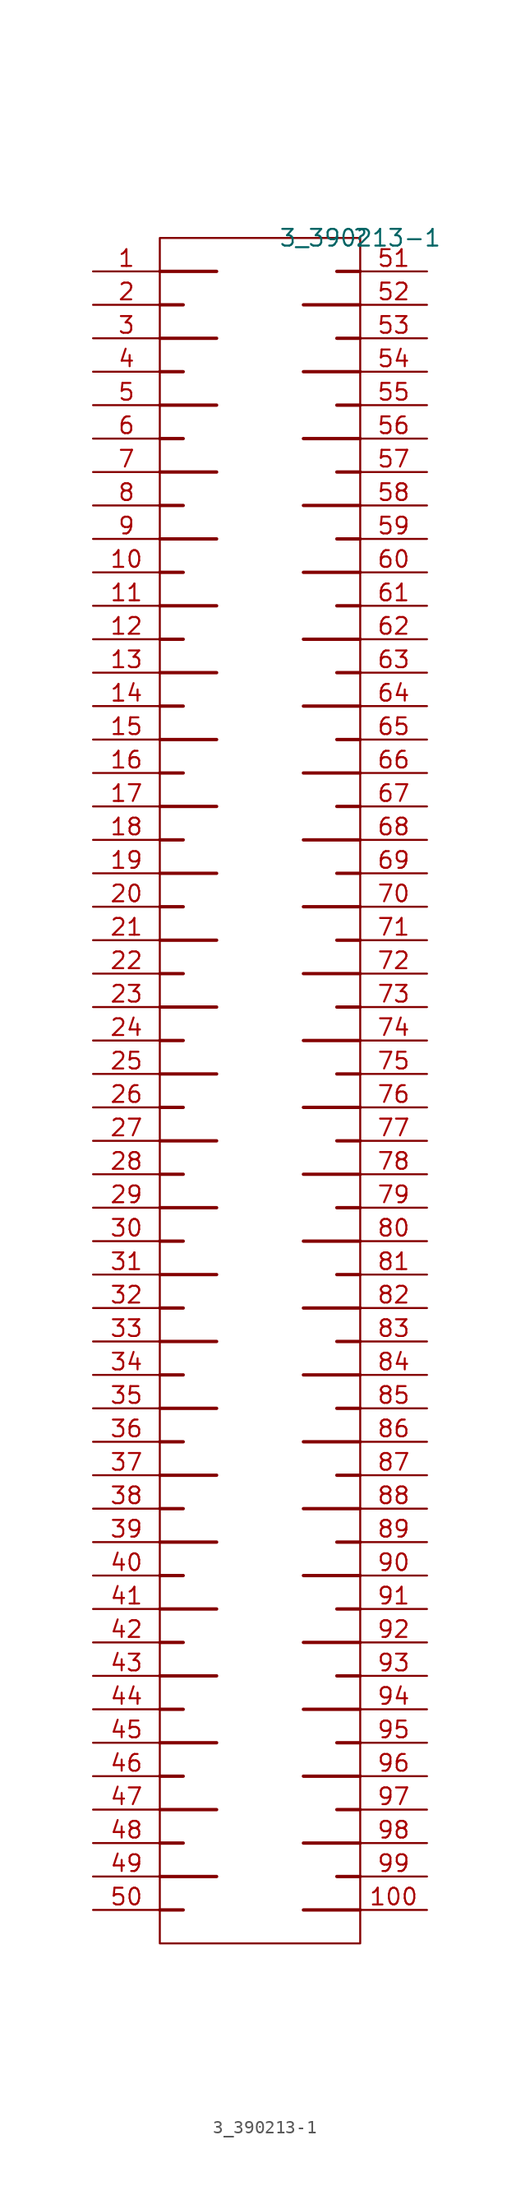
<source format=kicad_sym>
(kicad_symbol_lib
  (version 20211014)
  (generator kicad_symbol_editor)
  (symbol "3_390213-1"
    (property "Reference" ""
      (at 0 0 0)
      (effects (font (size 1.27 1.27))))
    (property "Value" "3_390213-1"
      (at 0 0 0)
      (effects (font (size 1.27 1.27))))
    (symbol "3_390213-1_1_0"
      (rectangle (start 0 0) (end -15.24 -129.54) (stroke (width 0) (type default) (color 0 0 0 0)) (fill (type none)))
      (polyline (pts (xy -15.24 -127) (xy -13.462 -127)) (stroke (width 0.254) (type default) (color 0 0 0 0)) (fill (type none)))
      (polyline (pts (xy -15.24 -124.46) (xy -10.922 -124.46)) (stroke (width 0.254) (type default) (color 0 0 0 0)) (fill (type none)))
      (polyline (pts (xy -15.24 -121.92) (xy -13.462 -121.92)) (stroke (width 0.254) (type default) (color 0 0 0 0)) (fill (type none)))
      (polyline (pts (xy -15.24 -119.38) (xy -10.922 -119.38)) (stroke (width 0.254) (type default) (color 0 0 0 0)) (fill (type none)))
      (polyline (pts (xy -15.24 -116.84) (xy -13.462 -116.84)) (stroke (width 0.254) (type default) (color 0 0 0 0)) (fill (type none)))
      (polyline (pts (xy -15.24 -114.3) (xy -10.922 -114.3)) (stroke (width 0.254) (type default) (color 0 0 0 0)) (fill (type none)))
      (polyline (pts (xy -15.24 -111.76) (xy -13.462 -111.76)) (stroke (width 0.254) (type default) (color 0 0 0 0)) (fill (type none)))
      (polyline (pts (xy -15.24 -109.22) (xy -10.922 -109.22)) (stroke (width 0.254) (type default) (color 0 0 0 0)) (fill (type none)))
      (polyline (pts (xy -15.24 -106.68) (xy -13.462 -106.68)) (stroke (width 0.254) (type default) (color 0 0 0 0)) (fill (type none)))
      (polyline (pts (xy -15.24 -104.14) (xy -10.922 -104.14)) (stroke (width 0.254) (type default) (color 0 0 0 0)) (fill (type none)))
      (polyline (pts (xy -15.24 -101.6) (xy -13.462 -101.6)) (stroke (width 0.254) (type default) (color 0 0 0 0)) (fill (type none)))
      (polyline (pts (xy -15.24 -99.06) (xy -10.922 -99.06)) (stroke (width 0.254) (type default) (color 0 0 0 0)) (fill (type none)))
      (polyline (pts (xy -15.24 -96.52) (xy -13.462 -96.52)) (stroke (width 0.254) (type default) (color 0 0 0 0)) (fill (type none)))
      (polyline (pts (xy -15.24 -93.98) (xy -10.922 -93.98)) (stroke (width 0.254) (type default) (color 0 0 0 0)) (fill (type none)))
      (polyline (pts (xy -15.24 -91.44) (xy -13.462 -91.44)) (stroke (width 0.254) (type default) (color 0 0 0 0)) (fill (type none)))
      (polyline (pts (xy -15.24 -88.9) (xy -10.922 -88.9)) (stroke (width 0.254) (type default) (color 0 0 0 0)) (fill (type none)))
      (polyline (pts (xy -15.24 -86.36) (xy -13.462 -86.36)) (stroke (width 0.254) (type default) (color 0 0 0 0)) (fill (type none)))
      (polyline (pts (xy -15.24 -83.82) (xy -10.922 -83.82)) (stroke (width 0.254) (type default) (color 0 0 0 0)) (fill (type none)))
      (polyline (pts (xy -15.24 -81.28) (xy -13.462 -81.28)) (stroke (width 0.254) (type default) (color 0 0 0 0)) (fill (type none)))
      (polyline (pts (xy -15.24 -78.74) (xy -10.922 -78.74)) (stroke (width 0.254) (type default) (color 0 0 0 0)) (fill (type none)))
      (polyline (pts (xy -15.24 -76.2) (xy -13.462 -76.2)) (stroke (width 0.254) (type default) (color 0 0 0 0)) (fill (type none)))
      (polyline (pts (xy -15.24 -73.66) (xy -10.922 -73.66)) (stroke (width 0.254) (type default) (color 0 0 0 0)) (fill (type none)))
      (polyline (pts (xy -15.24 -71.12) (xy -13.462 -71.12)) (stroke (width 0.254) (type default) (color 0 0 0 0)) (fill (type none)))
      (polyline (pts (xy -15.24 -68.58) (xy -10.922 -68.58)) (stroke (width 0.254) (type default) (color 0 0 0 0)) (fill (type none)))
      (polyline (pts (xy -15.24 -66.04) (xy -13.462 -66.04)) (stroke (width 0.254) (type default) (color 0 0 0 0)) (fill (type none)))
      (polyline (pts (xy -15.24 -63.5) (xy -10.922 -63.5)) (stroke (width 0.254) (type default) (color 0 0 0 0)) (fill (type none)))
      (polyline (pts (xy -15.24 -60.96) (xy -13.462 -60.96)) (stroke (width 0.254) (type default) (color 0 0 0 0)) (fill (type none)))
      (polyline (pts (xy -15.24 -58.42) (xy -10.922 -58.42)) (stroke (width 0.254) (type default) (color 0 0 0 0)) (fill (type none)))
      (polyline (pts (xy -15.24 -55.88) (xy -13.462 -55.88)) (stroke (width 0.254) (type default) (color 0 0 0 0)) (fill (type none)))
      (polyline (pts (xy -15.24 -53.34) (xy -10.922 -53.34)) (stroke (width 0.254) (type default) (color 0 0 0 0)) (fill (type none)))
      (polyline (pts (xy -15.24 -50.8) (xy -13.462 -50.8)) (stroke (width 0.254) (type default) (color 0 0 0 0)) (fill (type none)))
      (polyline (pts (xy -15.24 -48.26) (xy -10.922 -48.26)) (stroke (width 0.254) (type default) (color 0 0 0 0)) (fill (type none)))
      (polyline (pts (xy -15.24 -45.72) (xy -13.462 -45.72)) (stroke (width 0.254) (type default) (color 0 0 0 0)) (fill (type none)))
      (polyline (pts (xy -15.24 -43.18) (xy -10.922 -43.18)) (stroke (width 0.254) (type default) (color 0 0 0 0)) (fill (type none)))
      (polyline (pts (xy -15.24 -40.64) (xy -13.462 -40.64)) (stroke (width 0.254) (type default) (color 0 0 0 0)) (fill (type none)))
      (polyline (pts (xy -15.24 -38.1) (xy -10.922 -38.1)) (stroke (width 0.254) (type default) (color 0 0 0 0)) (fill (type none)))
      (polyline (pts (xy -15.24 -35.56) (xy -13.462 -35.56)) (stroke (width 0.254) (type default) (color 0 0 0 0)) (fill (type none)))
      (polyline (pts (xy -15.24 -33.02) (xy -10.922 -33.02)) (stroke (width 0.254) (type default) (color 0 0 0 0)) (fill (type none)))
      (polyline (pts (xy -15.24 -30.48) (xy -13.462 -30.48)) (stroke (width 0.254) (type default) (color 0 0 0 0)) (fill (type none)))
      (polyline (pts (xy -15.24 -27.94) (xy -10.922 -27.94)) (stroke (width 0.254) (type default) (color 0 0 0 0)) (fill (type none)))
      (polyline (pts (xy -15.24 -25.4) (xy -13.462 -25.4)) (stroke (width 0.254) (type default) (color 0 0 0 0)) (fill (type none)))
      (polyline (pts (xy -15.24 -22.86) (xy -10.922 -22.86)) (stroke (width 0.254) (type default) (color 0 0 0 0)) (fill (type none)))
      (polyline (pts (xy -15.24 -20.32) (xy -13.462 -20.32)) (stroke (width 0.254) (type default) (color 0 0 0 0)) (fill (type none)))
      (polyline (pts (xy -15.24 -17.78) (xy -10.922 -17.78)) (stroke (width 0.254) (type default) (color 0 0 0 0)) (fill (type none)))
      (polyline (pts (xy -15.24 -15.24) (xy -13.462 -15.24)) (stroke (width 0.254) (type default) (color 0 0 0 0)) (fill (type none)))
      (polyline (pts (xy -15.24 -12.7) (xy -10.922 -12.7)) (stroke (width 0.254) (type default) (color 0 0 0 0)) (fill (type none)))
      (polyline (pts (xy -15.24 -10.16) (xy -13.462 -10.16)) (stroke (width 0.254) (type default) (color 0 0 0 0)) (fill (type none)))
      (polyline (pts (xy -15.24 -7.62) (xy -10.922 -7.62)) (stroke (width 0.254) (type default) (color 0 0 0 0)) (fill (type none)))
      (polyline (pts (xy -15.24 -5.08) (xy -13.462 -5.08)) (stroke (width 0.254) (type default) (color 0 0 0 0)) (fill (type none)))
      (polyline (pts (xy -15.24 -2.54) (xy -10.922 -2.54)) (stroke (width 0.254) (type default) (color 0 0 0 0)) (fill (type none)))
      (polyline (pts (xy 0 -127) (xy -4.318 -127)) (stroke (width 0.254) (type default) (color 0 0 0 0)) (fill (type none)))
      (polyline (pts (xy 0 -124.46) (xy -1.778 -124.46)) (stroke (width 0.254) (type default) (color 0 0 0 0)) (fill (type none)))
      (polyline (pts (xy 0 -121.92) (xy -4.318 -121.92)) (stroke (width 0.254) (type default) (color 0 0 0 0)) (fill (type none)))
      (polyline (pts (xy 0 -119.38) (xy -1.778 -119.38)) (stroke (width 0.254) (type default) (color 0 0 0 0)) (fill (type none)))
      (polyline (pts (xy 0 -116.84) (xy -4.318 -116.84)) (stroke (width 0.254) (type default) (color 0 0 0 0)) (fill (type none)))
      (polyline (pts (xy 0 -114.3) (xy -1.778 -114.3)) (stroke (width 0.254) (type default) (color 0 0 0 0)) (fill (type none)))
      (polyline (pts (xy 0 -111.76) (xy -4.318 -111.76)) (stroke (width 0.254) (type default) (color 0 0 0 0)) (fill (type none)))
      (polyline (pts (xy 0 -109.22) (xy -1.778 -109.22)) (stroke (width 0.254) (type default) (color 0 0 0 0)) (fill (type none)))
      (polyline (pts (xy 0 -106.68) (xy -4.318 -106.68)) (stroke (width 0.254) (type default) (color 0 0 0 0)) (fill (type none)))
      (polyline (pts (xy 0 -104.14) (xy -1.778 -104.14)) (stroke (width 0.254) (type default) (color 0 0 0 0)) (fill (type none)))
      (polyline (pts (xy 0 -101.6) (xy -4.318 -101.6)) (stroke (width 0.254) (type default) (color 0 0 0 0)) (fill (type none)))
      (polyline (pts (xy 0 -99.06) (xy -1.778 -99.06)) (stroke (width 0.254) (type default) (color 0 0 0 0)) (fill (type none)))
      (polyline (pts (xy 0 -96.52) (xy -4.318 -96.52)) (stroke (width 0.254) (type default) (color 0 0 0 0)) (fill (type none)))
      (polyline (pts (xy 0 -93.98) (xy -1.778 -93.98)) (stroke (width 0.254) (type default) (color 0 0 0 0)) (fill (type none)))
      (polyline (pts (xy 0 -91.44) (xy -4.318 -91.44)) (stroke (width 0.254) (type default) (color 0 0 0 0)) (fill (type none)))
      (polyline (pts (xy 0 -88.9) (xy -1.778 -88.9)) (stroke (width 0.254) (type default) (color 0 0 0 0)) (fill (type none)))
      (polyline (pts (xy 0 -86.36) (xy -4.318 -86.36)) (stroke (width 0.254) (type default) (color 0 0 0 0)) (fill (type none)))
      (polyline (pts (xy 0 -83.82) (xy -1.778 -83.82)) (stroke (width 0.254) (type default) (color 0 0 0 0)) (fill (type none)))
      (polyline (pts (xy 0 -81.28) (xy -4.318 -81.28)) (stroke (width 0.254) (type default) (color 0 0 0 0)) (fill (type none)))
      (polyline (pts (xy 0 -78.74) (xy -1.778 -78.74)) (stroke (width 0.254) (type default) (color 0 0 0 0)) (fill (type none)))
      (polyline (pts (xy 0 -76.2) (xy -4.318 -76.2)) (stroke (width 0.254) (type default) (color 0 0 0 0)) (fill (type none)))
      (polyline (pts (xy 0 -73.66) (xy -1.778 -73.66)) (stroke (width 0.254) (type default) (color 0 0 0 0)) (fill (type none)))
      (polyline (pts (xy 0 -71.12) (xy -4.318 -71.12)) (stroke (width 0.254) (type default) (color 0 0 0 0)) (fill (type none)))
      (polyline (pts (xy 0 -68.58) (xy -1.778 -68.58)) (stroke (width 0.254) (type default) (color 0 0 0 0)) (fill (type none)))
      (polyline (pts (xy 0 -66.04) (xy -4.318 -66.04)) (stroke (width 0.254) (type default) (color 0 0 0 0)) (fill (type none)))
      (polyline (pts (xy 0 -63.5) (xy -1.778 -63.5)) (stroke (width 0.254) (type default) (color 0 0 0 0)) (fill (type none)))
      (polyline (pts (xy 0 -60.96) (xy -4.318 -60.96)) (stroke (width 0.254) (type default) (color 0 0 0 0)) (fill (type none)))
      (polyline (pts (xy 0 -58.42) (xy -1.778 -58.42)) (stroke (width 0.254) (type default) (color 0 0 0 0)) (fill (type none)))
      (polyline (pts (xy 0 -55.88) (xy -4.318 -55.88)) (stroke (width 0.254) (type default) (color 0 0 0 0)) (fill (type none)))
      (polyline (pts (xy 0 -53.34) (xy -1.778 -53.34)) (stroke (width 0.254) (type default) (color 0 0 0 0)) (fill (type none)))
      (polyline (pts (xy 0 -50.8) (xy -4.318 -50.8)) (stroke (width 0.254) (type default) (color 0 0 0 0)) (fill (type none)))
      (polyline (pts (xy 0 -48.26) (xy -1.778 -48.26)) (stroke (width 0.254) (type default) (color 0 0 0 0)) (fill (type none)))
      (polyline (pts (xy 0 -45.72) (xy -4.318 -45.72)) (stroke (width 0.254) (type default) (color 0 0 0 0)) (fill (type none)))
      (polyline (pts (xy 0 -43.18) (xy -1.778 -43.18)) (stroke (width 0.254) (type default) (color 0 0 0 0)) (fill (type none)))
      (polyline (pts (xy 0 -40.64) (xy -4.318 -40.64)) (stroke (width 0.254) (type default) (color 0 0 0 0)) (fill (type none)))
      (polyline (pts (xy 0 -38.1) (xy -1.778 -38.1)) (stroke (width 0.254) (type default) (color 0 0 0 0)) (fill (type none)))
      (polyline (pts (xy 0 -35.56) (xy -4.318 -35.56)) (stroke (width 0.254) (type default) (color 0 0 0 0)) (fill (type none)))
      (polyline (pts (xy 0 -33.02) (xy -1.778 -33.02)) (stroke (width 0.254) (type default) (color 0 0 0 0)) (fill (type none)))
      (polyline (pts (xy 0 -30.48) (xy -4.318 -30.48)) (stroke (width 0.254) (type default) (color 0 0 0 0)) (fill (type none)))
      (polyline (pts (xy 0 -27.94) (xy -1.778 -27.94)) (stroke (width 0.254) (type default) (color 0 0 0 0)) (fill (type none)))
      (polyline (pts (xy 0 -25.4) (xy -4.318 -25.4)) (stroke (width 0.254) (type default) (color 0 0 0 0)) (fill (type none)))
      (polyline (pts (xy 0 -22.86) (xy -1.778 -22.86)) (stroke (width 0.254) (type default) (color 0 0 0 0)) (fill (type none)))
      (polyline (pts (xy 0 -20.32) (xy -4.318 -20.32)) (stroke (width 0.254) (type default) (color 0 0 0 0)) (fill (type none)))
      (polyline (pts (xy 0 -17.78) (xy -1.778 -17.78)) (stroke (width 0.254) (type default) (color 0 0 0 0)) (fill (type none)))
      (polyline (pts (xy 0 -15.24) (xy -4.318 -15.24)) (stroke (width 0.254) (type default) (color 0 0 0 0)) (fill (type none)))
      (polyline (pts (xy 0 -12.7) (xy -1.778 -12.7)) (stroke (width 0.254) (type default) (color 0 0 0 0)) (fill (type none)))
      (polyline (pts (xy 0 -10.16) (xy -4.318 -10.16)) (stroke (width 0.254) (type default) (color 0 0 0 0)) (fill (type none)))
      (polyline (pts (xy 0 -7.62) (xy -1.778 -7.62)) (stroke (width 0.254) (type default) (color 0 0 0 0)) (fill (type none)))
      (polyline (pts (xy 0 -5.08) (xy -4.318 -5.08)) (stroke (width 0.254) (type default) (color 0 0 0 0)) (fill (type none)))
      (polyline (pts (xy 0 -2.54) (xy -1.778 -2.54)) (stroke (width 0.254) (type default) (color 0 0 0 0)) (fill (type none)))
      (pin passive line (at -20.32 -2.54 0) (length 5.08) (name "p1" (effects (font (size 0 0)))) (number "1" (effects (font (size 1.27 1.27)))))
      (pin passive line (at -20.32 -25.4 0) (length 5.08) (name "p10" (effects (font (size 0 0)))) (number "10" (effects (font (size 1.27 1.27)))))
      (pin passive line (at 5.08 -127 180) (length 5.08) (name "p100" (effects (font (size 0 0)))) (number "100" (effects (font (size 1.27 1.27)))))
      (pin passive line (at -20.32 -27.94 0) (length 5.08) (name "p11" (effects (font (size 0 0)))) (number "11" (effects (font (size 1.27 1.27)))))
      (pin passive line (at -20.32 -30.48 0) (length 5.08) (name "p12" (effects (font (size 0 0)))) (number "12" (effects (font (size 1.27 1.27)))))
      (pin passive line (at -20.32 -33.02 0) (length 5.08) (name "p13" (effects (font (size 0 0)))) (number "13" (effects (font (size 1.27 1.27)))))
      (pin passive line (at -20.32 -35.56 0) (length 5.08) (name "p14" (effects (font (size 0 0)))) (number "14" (effects (font (size 1.27 1.27)))))
      (pin passive line (at -20.32 -38.1 0) (length 5.08) (name "p15" (effects (font (size 0 0)))) (number "15" (effects (font (size 1.27 1.27)))))
      (pin passive line (at -20.32 -40.64 0) (length 5.08) (name "p16" (effects (font (size 0 0)))) (number "16" (effects (font (size 1.27 1.27)))))
      (pin passive line (at -20.32 -43.18 0) (length 5.08) (name "p17" (effects (font (size 0 0)))) (number "17" (effects (font (size 1.27 1.27)))))
      (pin passive line (at -20.32 -45.72 0) (length 5.08) (name "p18" (effects (font (size 0 0)))) (number "18" (effects (font (size 1.27 1.27)))))
      (pin passive line (at -20.32 -48.26 0) (length 5.08) (name "p19" (effects (font (size 0 0)))) (number "19" (effects (font (size 1.27 1.27)))))
      (pin passive line (at -20.32 -5.08 0) (length 5.08) (name "p2" (effects (font (size 0 0)))) (number "2" (effects (font (size 1.27 1.27)))))
      (pin passive line (at -20.32 -50.8 0) (length 5.08) (name "p20" (effects (font (size 0 0)))) (number "20" (effects (font (size 1.27 1.27)))))
      (pin passive line (at -20.32 -53.34 0) (length 5.08) (name "p21" (effects (font (size 0 0)))) (number "21" (effects (font (size 1.27 1.27)))))
      (pin passive line (at -20.32 -55.88 0) (length 5.08) (name "p22" (effects (font (size 0 0)))) (number "22" (effects (font (size 1.27 1.27)))))
      (pin passive line (at -20.32 -58.42 0) (length 5.08) (name "p23" (effects (font (size 0 0)))) (number "23" (effects (font (size 1.27 1.27)))))
      (pin passive line (at -20.32 -60.96 0) (length 5.08) (name "p24" (effects (font (size 0 0)))) (number "24" (effects (font (size 1.27 1.27)))))
      (pin passive line (at -20.32 -63.5 0) (length 5.08) (name "p25" (effects (font (size 0 0)))) (number "25" (effects (font (size 1.27 1.27)))))
      (pin passive line (at -20.32 -66.04 0) (length 5.08) (name "p26" (effects (font (size 0 0)))) (number "26" (effects (font (size 1.27 1.27)))))
      (pin passive line (at -20.32 -68.58 0) (length 5.08) (name "p27" (effects (font (size 0 0)))) (number "27" (effects (font (size 1.27 1.27)))))
      (pin passive line (at -20.32 -71.12 0) (length 5.08) (name "p28" (effects (font (size 0 0)))) (number "28" (effects (font (size 1.27 1.27)))))
      (pin passive line (at -20.32 -73.66 0) (length 5.08) (name "p29" (effects (font (size 0 0)))) (number "29" (effects (font (size 1.27 1.27)))))
      (pin passive line (at -20.32 -7.62 0) (length 5.08) (name "p3" (effects (font (size 0 0)))) (number "3" (effects (font (size 1.27 1.27)))))
      (pin passive line (at -20.32 -76.2 0) (length 5.08) (name "p30" (effects (font (size 0 0)))) (number "30" (effects (font (size 1.27 1.27)))))
      (pin passive line (at -20.32 -78.74 0) (length 5.08) (name "p31" (effects (font (size 0 0)))) (number "31" (effects (font (size 1.27 1.27)))))
      (pin passive line (at -20.32 -81.28 0) (length 5.08) (name "p32" (effects (font (size 0 0)))) (number "32" (effects (font (size 1.27 1.27)))))
      (pin passive line (at -20.32 -83.82 0) (length 5.08) (name "p33" (effects (font (size 0 0)))) (number "33" (effects (font (size 1.27 1.27)))))
      (pin passive line (at -20.32 -86.36 0) (length 5.08) (name "p34" (effects (font (size 0 0)))) (number "34" (effects (font (size 1.27 1.27)))))
      (pin passive line (at -20.32 -88.9 0) (length 5.08) (name "p35" (effects (font (size 0 0)))) (number "35" (effects (font (size 1.27 1.27)))))
      (pin passive line (at -20.32 -91.44 0) (length 5.08) (name "p36" (effects (font (size 0 0)))) (number "36" (effects (font (size 1.27 1.27)))))
      (pin passive line (at -20.32 -93.98 0) (length 5.08) (name "p37" (effects (font (size 0 0)))) (number "37" (effects (font (size 1.27 1.27)))))
      (pin passive line (at -20.32 -96.52 0) (length 5.08) (name "p38" (effects (font (size 0 0)))) (number "38" (effects (font (size 1.27 1.27)))))
      (pin passive line (at -20.32 -99.06 0) (length 5.08) (name "p39" (effects (font (size 0 0)))) (number "39" (effects (font (size 1.27 1.27)))))
      (pin passive line (at -20.32 -10.16 0) (length 5.08) (name "p4" (effects (font (size 0 0)))) (number "4" (effects (font (size 1.27 1.27)))))
      (pin passive line (at -20.32 -101.6 0) (length 5.08) (name "p40" (effects (font (size 0 0)))) (number "40" (effects (font (size 1.27 1.27)))))
      (pin passive line (at -20.32 -104.14 0) (length 5.08) (name "p41" (effects (font (size 0 0)))) (number "41" (effects (font (size 1.27 1.27)))))
      (pin passive line (at -20.32 -106.68 0) (length 5.08) (name "p42" (effects (font (size 0 0)))) (number "42" (effects (font (size 1.27 1.27)))))
      (pin passive line (at -20.32 -109.22 0) (length 5.08) (name "p43" (effects (font (size 0 0)))) (number "43" (effects (font (size 1.27 1.27)))))
      (pin passive line (at -20.32 -111.76 0) (length 5.08) (name "p44" (effects (font (size 0 0)))) (number "44" (effects (font (size 1.27 1.27)))))
      (pin passive line (at -20.32 -114.3 0) (length 5.08) (name "p45" (effects (font (size 0 0)))) (number "45" (effects (font (size 1.27 1.27)))))
      (pin passive line (at -20.32 -116.84 0) (length 5.08) (name "p46" (effects (font (size 0 0)))) (number "46" (effects (font (size 1.27 1.27)))))
      (pin passive line (at -20.32 -119.38 0) (length 5.08) (name "p47" (effects (font (size 0 0)))) (number "47" (effects (font (size 1.27 1.27)))))
      (pin passive line (at -20.32 -121.92 0) (length 5.08) (name "p48" (effects (font (size 0 0)))) (number "48" (effects (font (size 1.27 1.27)))))
      (pin passive line (at -20.32 -124.46 0) (length 5.08) (name "p49" (effects (font (size 0 0)))) (number "49" (effects (font (size 1.27 1.27)))))
      (pin passive line (at -20.32 -12.7 0) (length 5.08) (name "p5" (effects (font (size 0 0)))) (number "5" (effects (font (size 1.27 1.27)))))
      (pin passive line (at -20.32 -127 0) (length 5.08) (name "p50" (effects (font (size 0 0)))) (number "50" (effects (font (size 1.27 1.27)))))
      (pin passive line (at 5.08 -2.54 180) (length 5.08) (name "p51" (effects (font (size 0 0)))) (number "51" (effects (font (size 1.27 1.27)))))
      (pin passive line (at 5.08 -5.08 180) (length 5.08) (name "p52" (effects (font (size 0 0)))) (number "52" (effects (font (size 1.27 1.27)))))
      (pin passive line (at 5.08 -7.62 180) (length 5.08) (name "p53" (effects (font (size 0 0)))) (number "53" (effects (font (size 1.27 1.27)))))
      (pin passive line (at 5.08 -10.16 180) (length 5.08) (name "p54" (effects (font (size 0 0)))) (number "54" (effects (font (size 1.27 1.27)))))
      (pin passive line (at 5.08 -12.7 180) (length 5.08) (name "p55" (effects (font (size 0 0)))) (number "55" (effects (font (size 1.27 1.27)))))
      (pin passive line (at 5.08 -15.24 180) (length 5.08) (name "p56" (effects (font (size 0 0)))) (number "56" (effects (font (size 1.27 1.27)))))
      (pin passive line (at 5.08 -17.78 180) (length 5.08) (name "p57" (effects (font (size 0 0)))) (number "57" (effects (font (size 1.27 1.27)))))
      (pin passive line (at 5.08 -20.32 180) (length 5.08) (name "p58" (effects (font (size 0 0)))) (number "58" (effects (font (size 1.27 1.27)))))
      (pin passive line (at 5.08 -22.86 180) (length 5.08) (name "p59" (effects (font (size 0 0)))) (number "59" (effects (font (size 1.27 1.27)))))
      (pin passive line (at -20.32 -15.24 0) (length 5.08) (name "p6" (effects (font (size 0 0)))) (number "6" (effects (font (size 1.27 1.27)))))
      (pin passive line (at 5.08 -25.4 180) (length 5.08) (name "p60" (effects (font (size 0 0)))) (number "60" (effects (font (size 1.27 1.27)))))
      (pin passive line (at 5.08 -27.94 180) (length 5.08) (name "p61" (effects (font (size 0 0)))) (number "61" (effects (font (size 1.27 1.27)))))
      (pin passive line (at 5.08 -30.48 180) (length 5.08) (name "p62" (effects (font (size 0 0)))) (number "62" (effects (font (size 1.27 1.27)))))
      (pin passive line (at 5.08 -33.02 180) (length 5.08) (name "p63" (effects (font (size 0 0)))) (number "63" (effects (font (size 1.27 1.27)))))
      (pin passive line (at 5.08 -35.56 180) (length 5.08) (name "p64" (effects (font (size 0 0)))) (number "64" (effects (font (size 1.27 1.27)))))
      (pin passive line (at 5.08 -38.1 180) (length 5.08) (name "p65" (effects (font (size 0 0)))) (number "65" (effects (font (size 1.27 1.27)))))
      (pin passive line (at 5.08 -40.64 180) (length 5.08) (name "p66" (effects (font (size 0 0)))) (number "66" (effects (font (size 1.27 1.27)))))
      (pin passive line (at 5.08 -43.18 180) (length 5.08) (name "p67" (effects (font (size 0 0)))) (number "67" (effects (font (size 1.27 1.27)))))
      (pin passive line (at 5.08 -45.72 180) (length 5.08) (name "p68" (effects (font (size 0 0)))) (number "68" (effects (font (size 1.27 1.27)))))
      (pin passive line (at 5.08 -48.26 180) (length 5.08) (name "p69" (effects (font (size 0 0)))) (number "69" (effects (font (size 1.27 1.27)))))
      (pin passive line (at -20.32 -17.78 0) (length 5.08) (name "p7" (effects (font (size 0 0)))) (number "7" (effects (font (size 1.27 1.27)))))
      (pin passive line (at 5.08 -50.8 180) (length 5.08) (name "p70" (effects (font (size 0 0)))) (number "70" (effects (font (size 1.27 1.27)))))
      (pin passive line (at 5.08 -53.34 180) (length 5.08) (name "p71" (effects (font (size 0 0)))) (number "71" (effects (font (size 1.27 1.27)))))
      (pin passive line (at 5.08 -55.88 180) (length 5.08) (name "p72" (effects (font (size 0 0)))) (number "72" (effects (font (size 1.27 1.27)))))
      (pin passive line (at 5.08 -58.42 180) (length 5.08) (name "p73" (effects (font (size 0 0)))) (number "73" (effects (font (size 1.27 1.27)))))
      (pin passive line (at 5.08 -60.96 180) (length 5.08) (name "p74" (effects (font (size 0 0)))) (number "74" (effects (font (size 1.27 1.27)))))
      (pin passive line (at 5.08 -63.5 180) (length 5.08) (name "p75" (effects (font (size 0 0)))) (number "75" (effects (font (size 1.27 1.27)))))
      (pin passive line (at 5.08 -66.04 180) (length 5.08) (name "p76" (effects (font (size 0 0)))) (number "76" (effects (font (size 1.27 1.27)))))
      (pin passive line (at 5.08 -68.58 180) (length 5.08) (name "p77" (effects (font (size 0 0)))) (number "77" (effects (font (size 1.27 1.27)))))
      (pin passive line (at 5.08 -71.12 180) (length 5.08) (name "p78" (effects (font (size 0 0)))) (number "78" (effects (font (size 1.27 1.27)))))
      (pin passive line (at 5.08 -73.66 180) (length 5.08) (name "p79" (effects (font (size 0 0)))) (number "79" (effects (font (size 1.27 1.27)))))
      (pin passive line (at -20.32 -20.32 0) (length 5.08) (name "p8" (effects (font (size 0 0)))) (number "8" (effects (font (size 1.27 1.27)))))
      (pin passive line (at 5.08 -76.2 180) (length 5.08) (name "p80" (effects (font (size 0 0)))) (number "80" (effects (font (size 1.27 1.27)))))
      (pin passive line (at 5.08 -78.74 180) (length 5.08) (name "p81" (effects (font (size 0 0)))) (number "81" (effects (font (size 1.27 1.27)))))
      (pin passive line (at 5.08 -81.28 180) (length 5.08) (name "p82" (effects (font (size 0 0)))) (number "82" (effects (font (size 1.27 1.27)))))
      (pin passive line (at 5.08 -83.82 180) (length 5.08) (name "p83" (effects (font (size 0 0)))) (number "83" (effects (font (size 1.27 1.27)))))
      (pin passive line (at 5.08 -86.36 180) (length 5.08) (name "p84" (effects (font (size 0 0)))) (number "84" (effects (font (size 1.27 1.27)))))
      (pin passive line (at 5.08 -88.9 180) (length 5.08) (name "p85" (effects (font (size 0 0)))) (number "85" (effects (font (size 1.27 1.27)))))
      (pin passive line (at 5.08 -91.44 180) (length 5.08) (name "p86" (effects (font (size 0 0)))) (number "86" (effects (font (size 1.27 1.27)))))
      (pin passive line (at 5.08 -93.98 180) (length 5.08) (name "p87" (effects (font (size 0 0)))) (number "87" (effects (font (size 1.27 1.27)))))
      (pin passive line (at 5.08 -96.52 180) (length 5.08) (name "p88" (effects (font (size 0 0)))) (number "88" (effects (font (size 1.27 1.27)))))
      (pin passive line (at 5.08 -99.06 180) (length 5.08) (name "p89" (effects (font (size 0 0)))) (number "89" (effects (font (size 1.27 1.27)))))
      (pin passive line (at -20.32 -22.86 0) (length 5.08) (name "p9" (effects (font (size 0 0)))) (number "9" (effects (font (size 1.27 1.27)))))
      (pin passive line (at 5.08 -101.6 180) (length 5.08) (name "p90" (effects (font (size 0 0)))) (number "90" (effects (font (size 1.27 1.27)))))
      (pin passive line (at 5.08 -104.14 180) (length 5.08) (name "p91" (effects (font (size 0 0)))) (number "91" (effects (font (size 1.27 1.27)))))
      (pin passive line (at 5.08 -106.68 180) (length 5.08) (name "p92" (effects (font (size 0 0)))) (number "92" (effects (font (size 1.27 1.27)))))
      (pin passive line (at 5.08 -109.22 180) (length 5.08) (name "p93" (effects (font (size 0 0)))) (number "93" (effects (font (size 1.27 1.27)))))
      (pin passive line (at 5.08 -111.76 180) (length 5.08) (name "p94" (effects (font (size 0 0)))) (number "94" (effects (font (size 1.27 1.27)))))
      (pin passive line (at 5.08 -114.3 180) (length 5.08) (name "p95" (effects (font (size 0 0)))) (number "95" (effects (font (size 1.27 1.27)))))
      (pin passive line (at 5.08 -116.84 180) (length 5.08) (name "p96" (effects (font (size 0 0)))) (number "96" (effects (font (size 1.27 1.27)))))
      (pin passive line (at 5.08 -119.38 180) (length 5.08) (name "p97" (effects (font (size 0 0)))) (number "97" (effects (font (size 1.27 1.27)))))
      (pin passive line (at 5.08 -121.92 180) (length 5.08) (name "p98" (effects (font (size 0 0)))) (number "98" (effects (font (size 1.27 1.27)))))
      (pin passive line (at 5.08 -124.46 180) (length 5.08) (name "p99" (effects (font (size 0 0)))) (number "99" (effects (font (size 1.27 1.27))))))))
</source>
